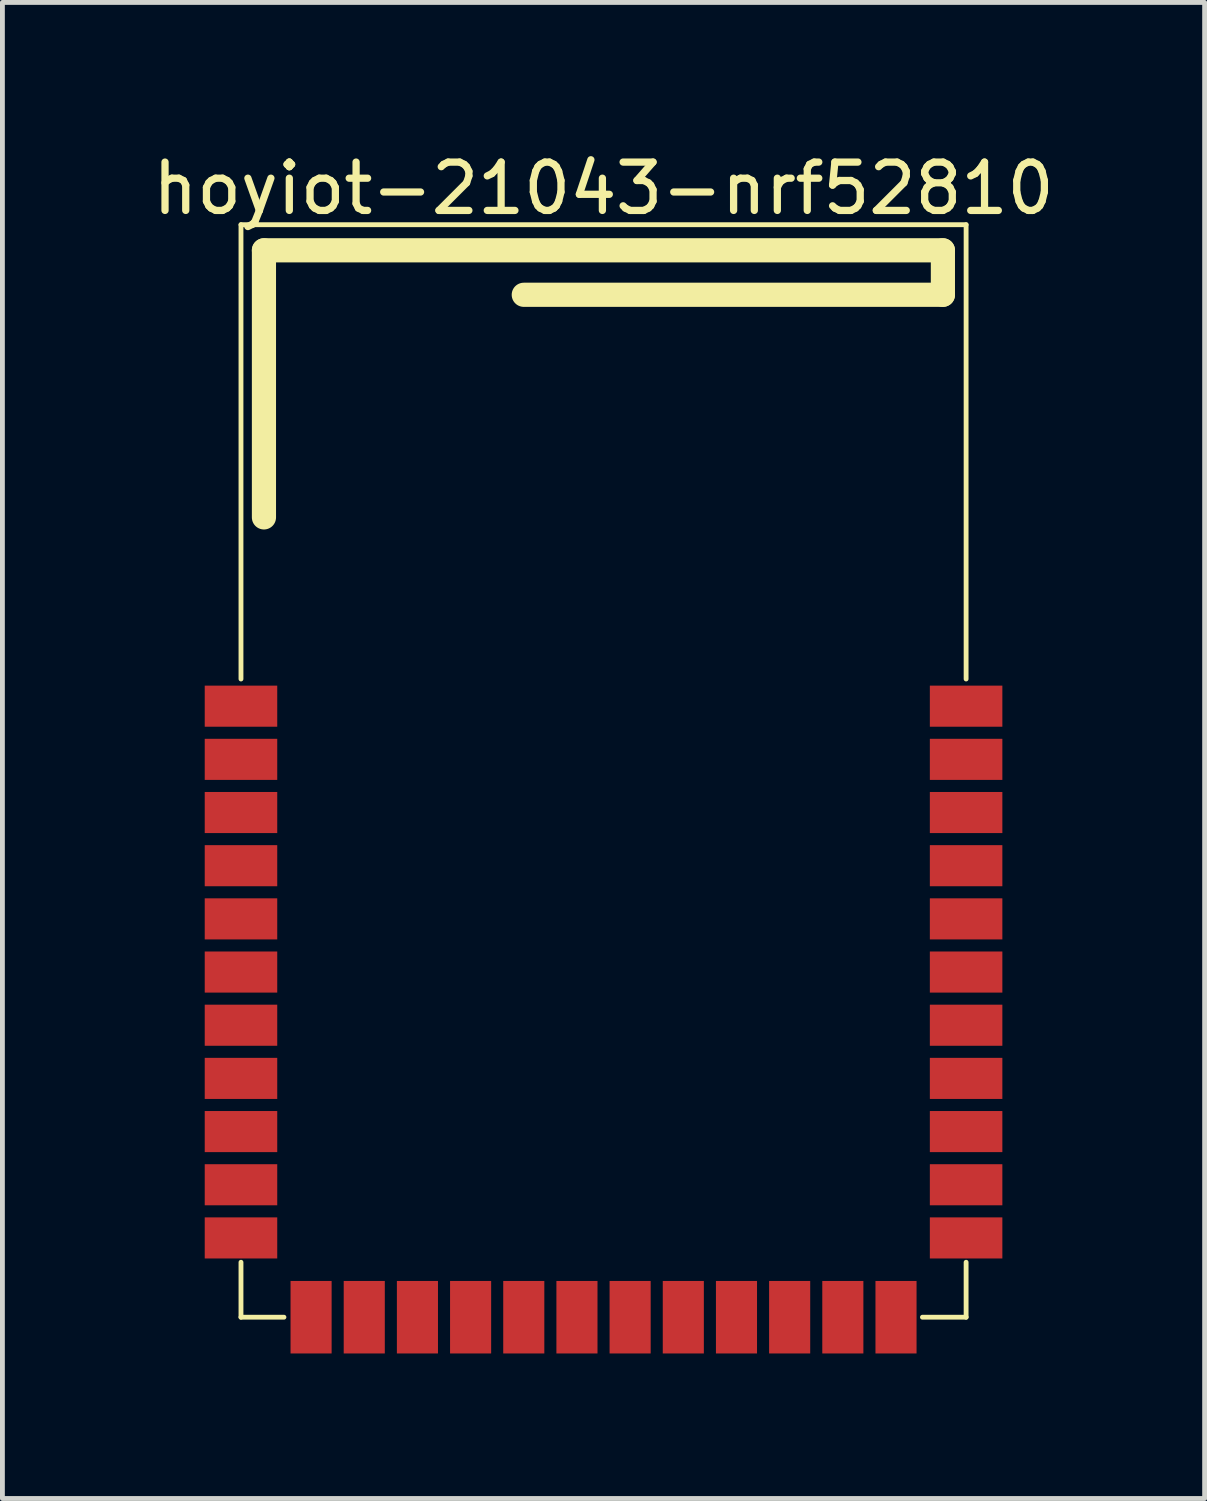
<source format=kicad_pcb>
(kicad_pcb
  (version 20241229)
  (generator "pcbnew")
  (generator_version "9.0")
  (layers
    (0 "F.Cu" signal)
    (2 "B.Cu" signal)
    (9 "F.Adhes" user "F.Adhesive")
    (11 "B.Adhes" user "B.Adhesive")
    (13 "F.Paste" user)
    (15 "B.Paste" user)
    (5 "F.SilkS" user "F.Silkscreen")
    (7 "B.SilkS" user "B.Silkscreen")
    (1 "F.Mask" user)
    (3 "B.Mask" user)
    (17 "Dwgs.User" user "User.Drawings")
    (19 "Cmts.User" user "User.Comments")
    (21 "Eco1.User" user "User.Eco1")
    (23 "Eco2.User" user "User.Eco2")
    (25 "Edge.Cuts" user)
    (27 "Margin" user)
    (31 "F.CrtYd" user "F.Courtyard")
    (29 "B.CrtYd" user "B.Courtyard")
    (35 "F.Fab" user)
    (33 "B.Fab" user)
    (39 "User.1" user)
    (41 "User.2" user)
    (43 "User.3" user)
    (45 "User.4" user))
  (footprint "hoyiot-21043-nrf52810"
    (layer "F.Cu")
    (at 9.435 17.878)
    (property "Reference" "hoyiot-21043-nrf52810" (at 0 -17.03 0) (unlocked yes) (layer "F.SilkS") (effects (font (size 1 1) (thickness 0.15))))
    (fp_line (start -7.5 -16.28) (end 7.5 -16.28) (stroke (width 0.1) (type solid)) (layer "F.SilkS"))
    (fp_line (start -7.5 -6.882) (end -7.5 -16.28) (stroke (width 0.1) (type solid)) (layer "F.SilkS"))
    (fp_line (start -7.5 6.32) (end -7.5 5.183) (stroke (width 0.1) (type solid)) (layer "F.SilkS"))
    (fp_line (start -7.5 6.32) (end -6.611 6.32) (stroke (width 0.1) (type solid)) (layer "F.SilkS"))
    (fp_line (start -7.025 -15.75) (end 7.02 -15.75) (stroke (width 0.5) (type solid)) (layer "F.SilkS"))
    (fp_line (start -7.025 -10.225) (end -7.025 -15.75) (stroke (width 0.5) (type solid)) (layer "F.SilkS"))
    (fp_line (start -1.65 -14.83) (end 7.02 -14.83) (stroke (width 0.5) (type solid)) (layer "F.SilkS"))
    (fp_line (start 6.597 6.32) (end 7.5 6.32) (stroke (width 0.1) (type solid)) (layer "F.SilkS"))
    (fp_line (start 7.02 -14.83) (end 7.02 -15.75) (stroke (width 0.5) (type solid)) (layer "F.SilkS"))
    (fp_line (start 7.5 -6.882) (end 7.5 -16.28) (stroke (width 0.1) (type solid)) (layer "F.SilkS"))
    (fp_line (start 7.5 6.32) (end 7.5 5.183) (stroke (width 0.1) (type solid)) (layer "F.SilkS"))
    (pad "1" smd rect (at 7.5 -6.32 90) (size 0.85 1.5) (layers "F.Cu" "F.Mask" "F.Paste"))
    (pad "2" smd rect (at 7.5 -5.22 90) (size 0.85 1.5) (layers "F.Cu" "F.Mask" "F.Paste"))
    (pad "3" smd rect (at 7.5 -4.12 90) (size 0.85 1.5) (layers "F.Cu" "F.Mask" "F.Paste"))
    (pad "4" smd rect (at 7.5 -3.02 90) (size 0.85 1.5) (layers "F.Cu" "F.Mask" "F.Paste"))
    (pad "5" smd rect (at 7.5 -1.92 90) (size 0.85 1.5) (layers "F.Cu" "F.Mask" "F.Paste"))
    (pad "6" smd rect (at 7.5 -0.82 90) (size 0.85 1.5) (layers "F.Cu" "F.Mask" "F.Paste"))
    (pad "7" smd rect (at 7.5 0.28 90) (size 0.85 1.5) (layers "F.Cu" "F.Mask" "F.Paste"))
    (pad "8" smd rect (at 7.5 1.38 90) (size 0.85 1.5) (layers "F.Cu" "F.Mask" "F.Paste"))
    (pad "9" smd rect (at 7.5 2.48 90) (size 0.85 1.5) (layers "F.Cu" "F.Mask" "F.Paste"))
    (pad "10" smd rect (at 7.5 3.58 90) (size 0.85 1.5) (layers "F.Cu" "F.Mask" "F.Paste"))
    (pad "11" smd rect (at 7.5 4.68 90) (size 0.85 1.5) (layers "F.Cu" "F.Mask" "F.Paste"))
    (pad "12" smd rect (at 6.05 6.32) (size 0.85 1.5) (layers "F.Cu" "F.Mask" "F.Paste"))
    (pad "13" smd rect (at 4.95 6.32) (size 0.85 1.5) (layers "F.Cu" "F.Mask" "F.Paste"))
    (pad "14" smd rect (at 3.85 6.32) (size 0.85 1.5) (layers "F.Cu" "F.Mask" "F.Paste"))
    (pad "15" smd rect (at 2.75 6.32) (size 0.85 1.5) (layers "F.Cu" "F.Mask" "F.Paste"))
    (pad "16" smd rect (at 1.65 6.32) (size 0.85 1.5) (layers "F.Cu" "F.Mask" "F.Paste"))
    (pad "17" smd rect (at 0.55 6.32) (size 0.85 1.5) (layers "F.Cu" "F.Mask" "F.Paste"))
    (pad "18" smd rect (at -0.55 6.32) (size 0.85 1.5) (layers "F.Cu" "F.Mask" "F.Paste"))
    (pad "19" smd rect (at -1.65 6.32) (size 0.85 1.5) (layers "F.Cu" "F.Mask" "F.Paste"))
    (pad "20" smd rect (at -2.75 6.32) (size 0.85 1.5) (layers "F.Cu" "F.Mask" "F.Paste"))
    (pad "21" smd rect (at -3.85 6.32) (size 0.85 1.5) (layers "F.Cu" "F.Mask" "F.Paste"))
    (pad "22" smd rect (at -4.95 6.32) (size 0.85 1.5) (layers "F.Cu" "F.Mask" "F.Paste"))
    (pad "23" smd rect (at -6.05 6.32) (size 0.85 1.5) (layers "F.Cu" "F.Mask" "F.Paste"))
    (pad "24" smd rect (at -7.5 4.68 270) (size 0.85 1.5) (layers "F.Cu" "F.Mask" "F.Paste"))
    (pad "25" smd rect (at -7.5 3.58 270) (size 0.85 1.5) (layers "F.Cu" "F.Mask" "F.Paste"))
    (pad "26" smd rect (at -7.5 2.48 270) (size 0.85 1.5) (layers "F.Cu" "F.Mask" "F.Paste"))
    (pad "27" smd rect (at -7.5 1.38 270) (size 0.85 1.5) (layers "F.Cu" "F.Mask" "F.Paste"))
    (pad "28" smd rect (at -7.5 0.28 270) (size 0.85 1.5) (layers "F.Cu" "F.Mask" "F.Paste"))
    (pad "29" smd rect (at -7.5 -0.82 270) (size 0.85 1.5) (layers "F.Cu" "F.Mask" "F.Paste"))
    (pad "30" smd rect (at -7.5 -1.92 270) (size 0.85 1.5) (layers "F.Cu" "F.Mask" "F.Paste"))
    (pad "31" smd rect (at -7.5 -3.02 270) (size 0.85 1.5) (layers "F.Cu" "F.Mask" "F.Paste"))
    (pad "32" smd rect (at -7.5 -4.12 270) (size 0.85 1.5) (layers "F.Cu" "F.Mask" "F.Paste"))
    (pad "33" smd rect (at -7.5 -5.22 270) (size 0.85 1.5) (layers "F.Cu" "F.Mask" "F.Paste"))
    (pad "34" smd rect (at -7.5 -6.32 270) (size 0.85 1.5) (layers "F.Cu" "F.Mask" "F.Paste")))
  (gr_rect
    (start -3 -3)
    (end 21.869 27.948)
    (stroke (width 0.1) (type default))
    (fill no)
    (layer "Edge.Cuts")))
</source>
